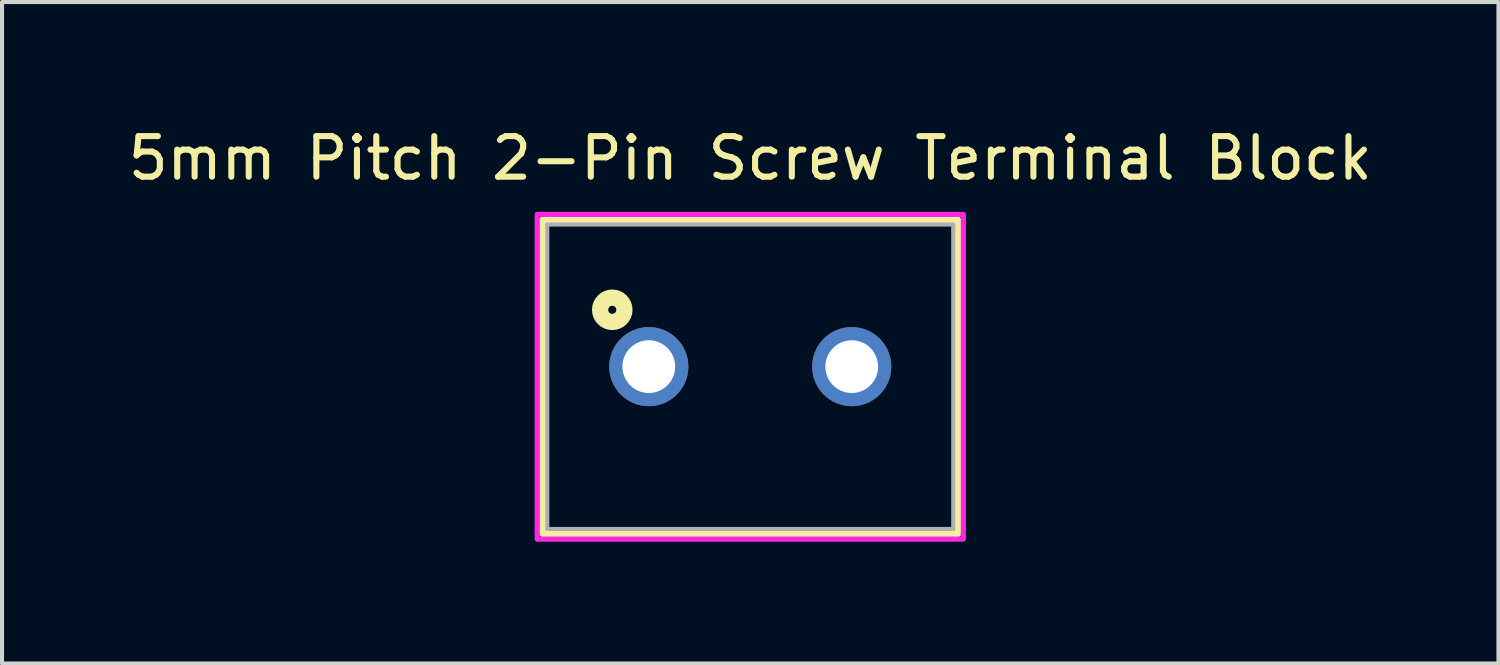
<source format=kicad_pcb>
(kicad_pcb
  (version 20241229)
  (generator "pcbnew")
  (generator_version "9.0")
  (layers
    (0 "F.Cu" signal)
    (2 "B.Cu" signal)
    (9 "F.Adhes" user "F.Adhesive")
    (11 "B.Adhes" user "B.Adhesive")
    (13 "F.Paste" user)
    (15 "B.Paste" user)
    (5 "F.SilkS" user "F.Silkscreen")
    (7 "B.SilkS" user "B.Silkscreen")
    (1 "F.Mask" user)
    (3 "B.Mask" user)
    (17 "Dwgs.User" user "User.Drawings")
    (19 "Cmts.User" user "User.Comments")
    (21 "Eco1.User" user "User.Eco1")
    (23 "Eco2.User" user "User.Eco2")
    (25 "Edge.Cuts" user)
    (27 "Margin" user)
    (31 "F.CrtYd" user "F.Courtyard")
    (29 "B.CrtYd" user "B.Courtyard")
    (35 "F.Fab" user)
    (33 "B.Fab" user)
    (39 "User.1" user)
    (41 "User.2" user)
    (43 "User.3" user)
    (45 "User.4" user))
  (footprint "5mm Pitch 2-Pin Screw Terminal Block"
    (layer "F.Cu")
    (at 15.435 5.983)
    (property "Reference" "5mm Pitch 2-Pin Screw Terminal Block" (at 0 -5.135 0) (layer "F.SilkS") (effects (font (size 1 1) (thickness 0.15))))
    (attr through_hole)
    (fp_line (start -5.1 -3.6) (end 5.1 -3.6) (stroke (width 0.2) (type solid)) (layer "F.SilkS"))
    (fp_line (start -5.1 4.1) (end -5.1 -3.6) (stroke (width 0.2) (type solid)) (layer "F.SilkS"))
    (fp_line (start 5.1 -3.6) (end 5.1 4.1) (stroke (width 0.2) (type solid)) (layer "F.SilkS"))
    (fp_line (start 5.1 4.1) (end -5.1 4.1) (stroke (width 0.2) (type solid)) (layer "F.SilkS"))
    (fp_circle (center -3.4 -1.4) (end -3.3 -1.4) (stroke (width 0.4) (type solid)) (fill no) (layer "F.SilkS"))
    (fp_poly (pts (xy -5.25 -3.75) (xy 5.25 -3.75) (xy 5.25 4.25) (xy -5.25 4.25)) (stroke (width 0.127) (type solid)) (fill no) (layer "F.CrtYd"))
    (fp_line (start -5 -3.5) (end 5 -3.5) (stroke (width 0.1) (type solid)) (layer "F.Fab"))
    (fp_line (start -5 4) (end -5 -3.5) (stroke (width 0.1) (type solid)) (layer "F.Fab"))
    (fp_line (start 5 -3.5) (end 5 4) (stroke (width 0.1) (type solid)) (layer "F.Fab"))
    (fp_line (start 5 4) (end -5 4) (stroke (width 0.1) (type solid)) (layer "F.Fab"))
    (pad "1" thru_hole circle (at -2.5 0) (size 1.95 1.95) (drill 1.3) (layers "*.Cu" "*.Mask"))
    (pad "2" thru_hole circle (at 2.5 0) (size 1.95 1.95) (drill 1.3) (layers "*.Cu" "*.Mask")))
  (gr_rect
    (start -3 -3)
    (end 33.869 13.297)
    (stroke (width 0.1) (type default))
    (fill no)
    (layer "Edge.Cuts")))
</source>
